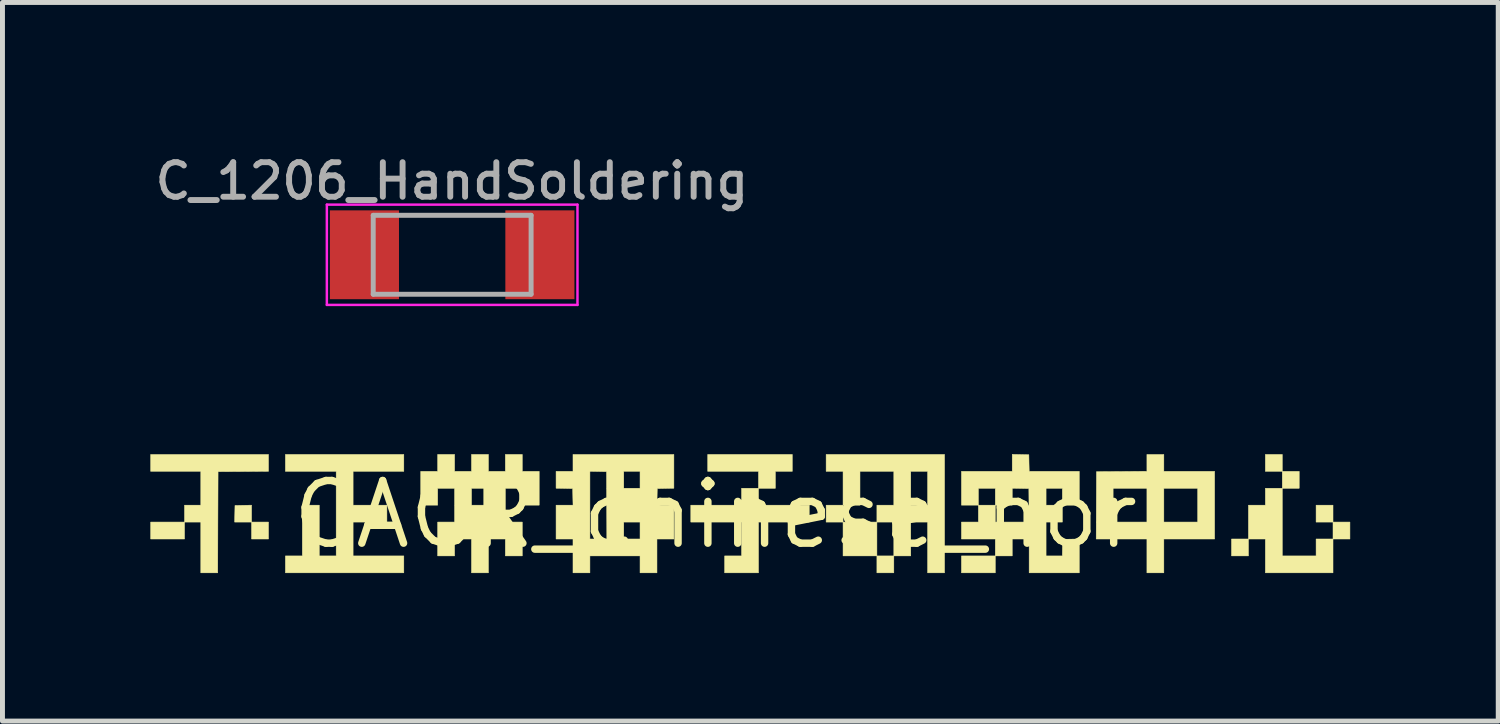
<source format=kicad_pcb>
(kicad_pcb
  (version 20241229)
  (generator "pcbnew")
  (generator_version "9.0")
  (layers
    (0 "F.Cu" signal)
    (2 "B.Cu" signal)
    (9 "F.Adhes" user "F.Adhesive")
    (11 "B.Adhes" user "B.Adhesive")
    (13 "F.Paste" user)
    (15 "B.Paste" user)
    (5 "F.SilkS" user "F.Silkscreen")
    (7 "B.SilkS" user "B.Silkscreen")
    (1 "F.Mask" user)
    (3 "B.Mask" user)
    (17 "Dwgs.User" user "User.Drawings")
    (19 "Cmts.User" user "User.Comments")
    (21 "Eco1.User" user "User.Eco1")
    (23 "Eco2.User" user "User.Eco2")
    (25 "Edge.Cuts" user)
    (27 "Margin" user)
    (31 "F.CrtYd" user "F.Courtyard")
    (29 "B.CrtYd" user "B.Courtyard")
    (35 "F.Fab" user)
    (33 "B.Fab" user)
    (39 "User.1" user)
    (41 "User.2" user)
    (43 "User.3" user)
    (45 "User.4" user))
  (footprint "CACR_chinese_hori"
    (layer "F.Cu")
    (at 11.752 7.38)
    (property "Reference" "CACR_chinese_hori" (at 0 0 0) (layer "F.SilkS") (effects (font (size 1.27 1.27) (thickness 0.15))))
    (attr through_hole)
    (fp_poly (pts (xy -11.062 0.495) (xy -11.748 0.495) (xy -11.748 0.152) (xy -11.062 0.152) (xy -11.062 0.495)) (stroke (width 0.01) (type solid)) (fill yes) (layer "F.SilkS"))
    (fp_poly (pts (xy -9.703 0.152) (xy -10.046 0.152) (xy -10.039 -0.184) (xy -9.703 -0.191) (xy -9.703 0.152)) (stroke (width 0.01) (type solid)) (fill yes) (layer "F.SilkS"))
    (fp_poly (pts (xy -9.36 0.495) (xy -9.703 0.495) (xy -9.703 0.152) (xy -9.36 0.152) (xy -9.36 0.495)) (stroke (width 0.01) (type solid)) (fill yes) (layer "F.SilkS"))
    (fp_poly (pts (xy 5.372 1.181) (xy 4.686 1.181) (xy 4.686 0.838) (xy 5.372 0.838) (xy 5.372 1.181)) (stroke (width 0.01) (type solid)) (fill yes) (layer "F.SilkS"))
    (fp_poly (pts (xy 10.503 0.838) (xy 10.16 0.838) (xy 10.16 0.495) (xy 10.503 0.495) (xy 10.503 0.838)) (stroke (width 0.01) (type solid)) (fill yes) (layer "F.SilkS"))
    (fp_poly (pts (xy 11.189 -0.876) (xy 10.846 -0.876) (xy 10.846 -1.219) (xy 11.189 -1.219) (xy 11.189 -0.876)) (stroke (width 0.01) (type solid)) (fill yes) (layer "F.SilkS"))
    (fp_poly (pts (xy 11.532 -0.533) (xy 11.189 -0.533) (xy 11.189 -0.876) (xy 11.532 -0.876) (xy 11.532 -0.533)) (stroke (width 0.01) (type solid)) (fill yes) (layer "F.SilkS"))
    (fp_poly (pts (xy 12.217 0.152) (xy 11.874 0.152) (xy 11.874 -0.191) (xy 12.217 -0.191) (xy 12.217 0.152)) (stroke (width 0.01) (type solid)) (fill yes) (layer "F.SilkS"))
    (fp_poly (pts (xy 12.56 0.495) (xy 12.217 0.495) (xy 12.217 0.152) (xy 12.56 0.152) (xy 12.56 0.495)) (stroke (width 0.01) (type solid)) (fill yes) (layer "F.SilkS"))
    (fp_poly (pts (xy 1.257 -0.876) (xy 0.914 -0.876) (xy 0.914 -0.533) (xy 0.572 -0.533) (xy 0.572 -0.876) (xy -0.457 -0.876) (xy -0.457 -1.219) (xy 1.257 -1.219) (xy 1.257 -0.876)) (stroke (width 0.01) (type solid)) (fill yes) (layer "F.SilkS"))
    (fp_poly (pts (xy 10.503 -0.191) (xy 10.846 -0.191) (xy 10.846 -0.533) (xy 11.189 -0.533) (xy 11.189 0.838) (xy 11.874 0.838) (xy 11.874 0.495) (xy 12.217 0.495) (xy 12.217 1.181) (xy 10.846 1.181) (xy 10.846 0.495) (xy 10.503 0.495) (xy 10.503 -0.191)) (stroke (width 0.01) (type solid)) (fill yes) (layer "F.SilkS"))
    (fp_poly (pts (xy -11.062 -0.191) (xy -10.732 -0.191) (xy -10.732 -0.876) (xy -11.748 -0.876) (xy -11.748 -1.219) (xy -9.36 -1.219) (xy -9.36 -0.877) (xy -9.871 -0.873) (xy -10.382 -0.87) (xy -10.386 0.156) (xy -10.389 1.181) (xy -10.732 1.181) (xy -10.732 0.152) (xy -11.062 0.152) (xy -11.062 -0.191)) (stroke (width 0.01) (type solid)) (fill yes) (layer "F.SilkS"))
    (fp_poly (pts (xy 0.572 -0.191) (xy 1.6 -0.191) (xy 1.6 0.152) (xy 0.572 0.152) (xy 0.572 1.181) (xy -0.114 1.181) (xy -0.114 0.838) (xy 0.229 0.838) (xy 0.229 0.152) (xy -0.8 0.152) (xy -0.8 -0.191) (xy 0.229 -0.191) (xy 0.229 -0.533) (xy 0.572 -0.533) (xy 0.572 -0.191)) (stroke (width 0.01) (type solid)) (fill yes) (layer "F.SilkS"))
    (fp_poly (pts (xy -6.617 -0.876) (xy -7.645 -0.876) (xy -7.645 -0.191) (xy -6.96 -0.191) (xy -6.96 0.152) (xy -7.645 0.152) (xy -7.645 0.838) (xy -6.617 0.838) (xy -6.617 1.181) (xy -9.017 1.181) (xy -9.017 0.838) (xy -8.674 0.838) (xy -8.674 -0.191) (xy -8.331 -0.191) (xy -8.331 0.838) (xy -7.988 0.838) (xy -7.988 -0.876) (xy -9.017 -0.876) (xy -9.017 -1.219) (xy -6.617 -1.219) (xy -6.617 -0.876)) (stroke (width 0.01) (type solid)) (fill yes) (layer "F.SilkS"))
    (fp_poly (pts (xy 8.788 -0.876) (xy 9.817 -0.876) (xy 9.817 0.495) (xy 8.788 0.495) (xy 8.788 1.181) (xy 8.445 1.181) (xy 8.445 0.495) (xy 7.417 0.495) (xy 7.42 -0.187) (xy 7.422 -0.533) (xy 7.76 -0.533) (xy 7.76 0.152) (xy 8.445 0.152) (xy 8.445 -0.533) (xy 8.788 -0.533) (xy 8.788 0.152) (xy 9.474 0.152) (xy 9.474 -0.533) (xy 8.788 -0.533) (xy 8.445 -0.533) (xy 7.76 -0.533) (xy 7.422 -0.533) (xy 7.423 -0.87) (xy 7.934 -0.873) (xy 8.445 -0.877) (xy 8.445 -1.219) (xy 8.788 -1.219) (xy 8.788 -0.876)) (stroke (width 0.01) (type solid)) (fill yes) (layer "F.SilkS"))
    (fp_poly (pts (xy 4.343 1.181) (xy 4 1.181) (xy 4 0.152) (xy 3.658 0.152) (xy 3.658 0.838) (xy 3.315 0.838) (xy 3.315 1.181) (xy 2.972 1.181) (xy 2.972 0.838) (xy 2.286 0.838) (xy 2.286 0.152) (xy 1.943 0.152) (xy 1.943 -0.191) (xy 2.286 -0.191) (xy 2.286 0.152) (xy 2.972 0.152) (xy 2.972 0.838) (xy 3.315 0.838) (xy 3.315 0.152) (xy 2.972 0.152) (xy 2.972 -0.191) (xy 3.315 -0.191) (xy 3.315 -0.876) (xy 3.658 -0.876) (xy 3.658 -0.191) (xy 4 -0.191) (xy 4 -0.876) (xy 3.658 -0.876) (xy 3.315 -0.876) (xy 2.629 -0.876) (xy 2.629 -0.191) (xy 2.286 -0.191) (xy 2.286 -0.876) (xy 1.943 -0.876) (xy 1.943 -1.219) (xy 4.343 -1.219) (xy 4.343 1.181)) (stroke (width 0.01) (type solid)) (fill yes) (layer "F.SilkS"))
    (fp_poly (pts (xy -5.588 -0.876) (xy -5.245 -0.876) (xy -5.245 -1.219) (xy -4.902 -1.219) (xy -4.902 -0.876) (xy -4.559 -0.876) (xy -4.559 -1.219) (xy -4.216 -1.219) (xy -4.216 -0.876) (xy -3.873 -0.876) (xy -3.873 -0.191) (xy -4.216 -0.191) (xy -4.216 -0.533) (xy -4.559 -0.533) (xy -4.559 0.152) (xy -4.216 0.152) (xy -4.216 0.838) (xy -4.559 0.838) (xy -4.559 0.495) (xy -4.902 0.495) (xy -4.902 1.181) (xy -5.245 1.181) (xy -5.245 0.495) (xy -5.588 0.495) (xy -5.588 0.838) (xy -5.931 0.838) (xy -5.931 0.152) (xy -5.588 0.152) (xy -5.588 -0.533) (xy -5.245 -0.533) (xy -5.245 -0.191) (xy -4.902 -0.191) (xy -4.902 -0.533) (xy -5.245 -0.533) (xy -5.588 -0.533) (xy -5.931 -0.533) (xy -5.931 -0.191) (xy -6.274 -0.191) (xy -6.274 -0.876) (xy -5.931 -0.876) (xy -5.931 -1.219) (xy -5.588 -1.219) (xy -5.588 -0.876)) (stroke (width 0.01) (type solid)) (fill yes) (layer "F.SilkS"))
    (fp_poly (pts (xy -1.143 -0.534) (xy -1.48 -0.527) (xy -1.487 -0.191) (xy -1.143 -0.191) (xy -1.143 0.495) (xy -1.486 0.495) (xy -1.486 1.181) (xy -1.829 1.181) (xy -1.829 0.838) (xy -2.845 0.838) (xy -2.845 1.181) (xy -3.188 1.181) (xy -3.188 0.495) (xy -2.845 0.495) (xy -2.502 0.495) (xy -2.503 0.152) (xy -2.159 0.152) (xy -2.159 0.495) (xy -1.829 0.495) (xy -1.829 0.152) (xy -2.159 0.152) (xy -2.503 0.152) (xy -2.508 -0.87) (xy -2.81 -0.876) (xy -2.159 -0.876) (xy -2.159 -0.533) (xy -1.829 -0.533) (xy -1.829 -0.876) (xy -2.159 -0.876) (xy -2.81 -0.876) (xy -2.845 -0.877) (xy -2.845 0.495) (xy -3.188 0.495) (xy -3.531 0.495) (xy -3.531 -0.191) (xy -3.187 -0.191) (xy -3.191 -0.359) (xy -3.194 -0.527) (xy -3.531 -0.534) (xy -3.531 -0.876) (xy -3.188 -0.876) (xy -3.188 -1.219) (xy -1.143 -1.219) (xy -1.143 -0.534)) (stroke (width 0.01) (type solid)) (fill yes) (layer "F.SilkS"))
    (fp_poly (pts (xy 6.052 -1.213) (xy 6.055 -1.045) (xy 6.059 -0.876) (xy 7.074 -0.876) (xy 7.074 -0.191) (xy 6.731 -0.191) (xy 6.731 0.152) (xy 6.401 0.152) (xy 6.401 0.838) (xy 6.73 0.838) (xy 6.737 0.502) (xy 7.074 0.495) (xy 7.074 1.181) (xy 6.058 1.181) (xy 6.058 0.495) (xy 5.715 0.495) (xy 5.715 0.838) (xy 5.372 0.838) (xy 5.372 0.495) (xy 4.686 0.495) (xy 4.686 0.152) (xy 5.029 0.152) (xy 5.029 -0.191) (xy 4.686 -0.191) (xy 4.686 -0.533) (xy 5.029 -0.533) (xy 5.029 -0.191) (xy 5.372 -0.191) (xy 5.372 0.152) (xy 6.058 0.152) (xy 6.052 -0.527) (xy 5.75 -0.533) (xy 6.401 -0.533) (xy 6.401 -0.191) (xy 6.731 -0.191) (xy 6.731 -0.533) (xy 6.401 -0.533) (xy 5.75 -0.533) (xy 5.715 -0.534) (xy 5.715 -0.191) (xy 5.372 -0.191) (xy 5.372 -0.533) (xy 5.029 -0.533) (xy 4.686 -0.533) (xy 4.686 -0.876) (xy 5.715 -0.876) (xy 5.715 -1.22) (xy 6.052 -1.213)) (stroke (width 0.01) (type solid)) (fill yes) (layer "F.SilkS")))
  (footprint "C_1206_HandSoldering"
    (layer "F.Cu")
    (at 6.115 2.114)
    (property "Reference" "C_1206_HandSoldering" (at -0.005 -1.488 0) (layer "Eco2.User") (effects (font (size 0.7 0.7) (thickness 0.1))))
    (attr smd)
    (fp_line (start -2.54 -1.016) (end -2.54 1.016) (stroke (width 0.05) (type solid)) (layer "F.CrtYd"))
    (fp_line (start -2.54 -1.016) (end 2.54 -1.016) (stroke (width 0.05) (type solid)) (layer "F.CrtYd"))
    (fp_line (start 2.54 1.016) (end -2.54 1.016) (stroke (width 0.05) (type solid)) (layer "F.CrtYd"))
    (fp_line (start 2.54 1.016) (end 2.54 -1.016) (stroke (width 0.05) (type solid)) (layer "F.CrtYd"))
    (fp_line (start -1.6 -0.8) (end 1.6 -0.8) (stroke (width 0.1) (type solid)) (layer "F.Fab"))
    (fp_line (start -1.6 0.8) (end -1.6 -0.8) (stroke (width 0.1) (type solid)) (layer "F.Fab"))
    (fp_line (start 1.6 -0.8) (end 1.6 0.8) (stroke (width 0.1) (type solid)) (layer "F.Fab"))
    (fp_line (start 1.6 0.8) (end -1.6 0.8) (stroke (width 0.1) (type solid)) (layer "F.Fab"))
    (fp_text user "${REFERENCE}" (at -0.005 -1.494 0) (layer "F.Fab") (effects (font (size 0.7 0.7) (thickness 0.12))))
    (pad "1" smd rect (at -1.778 0) (size 1.4 1.8) (layers "F.Cu" "F.Mask" "F.Paste"))
    (pad "2" smd rect (at 1.778 0) (size 1.4 1.8) (layers "F.Cu" "F.Mask" "F.Paste")))
  (gr_rect
    (start -3 -3)
    (end 27.318 11.566)
    (stroke (width 0.1) (type default))
    (fill no)
    (layer "Edge.Cuts")))
</source>
